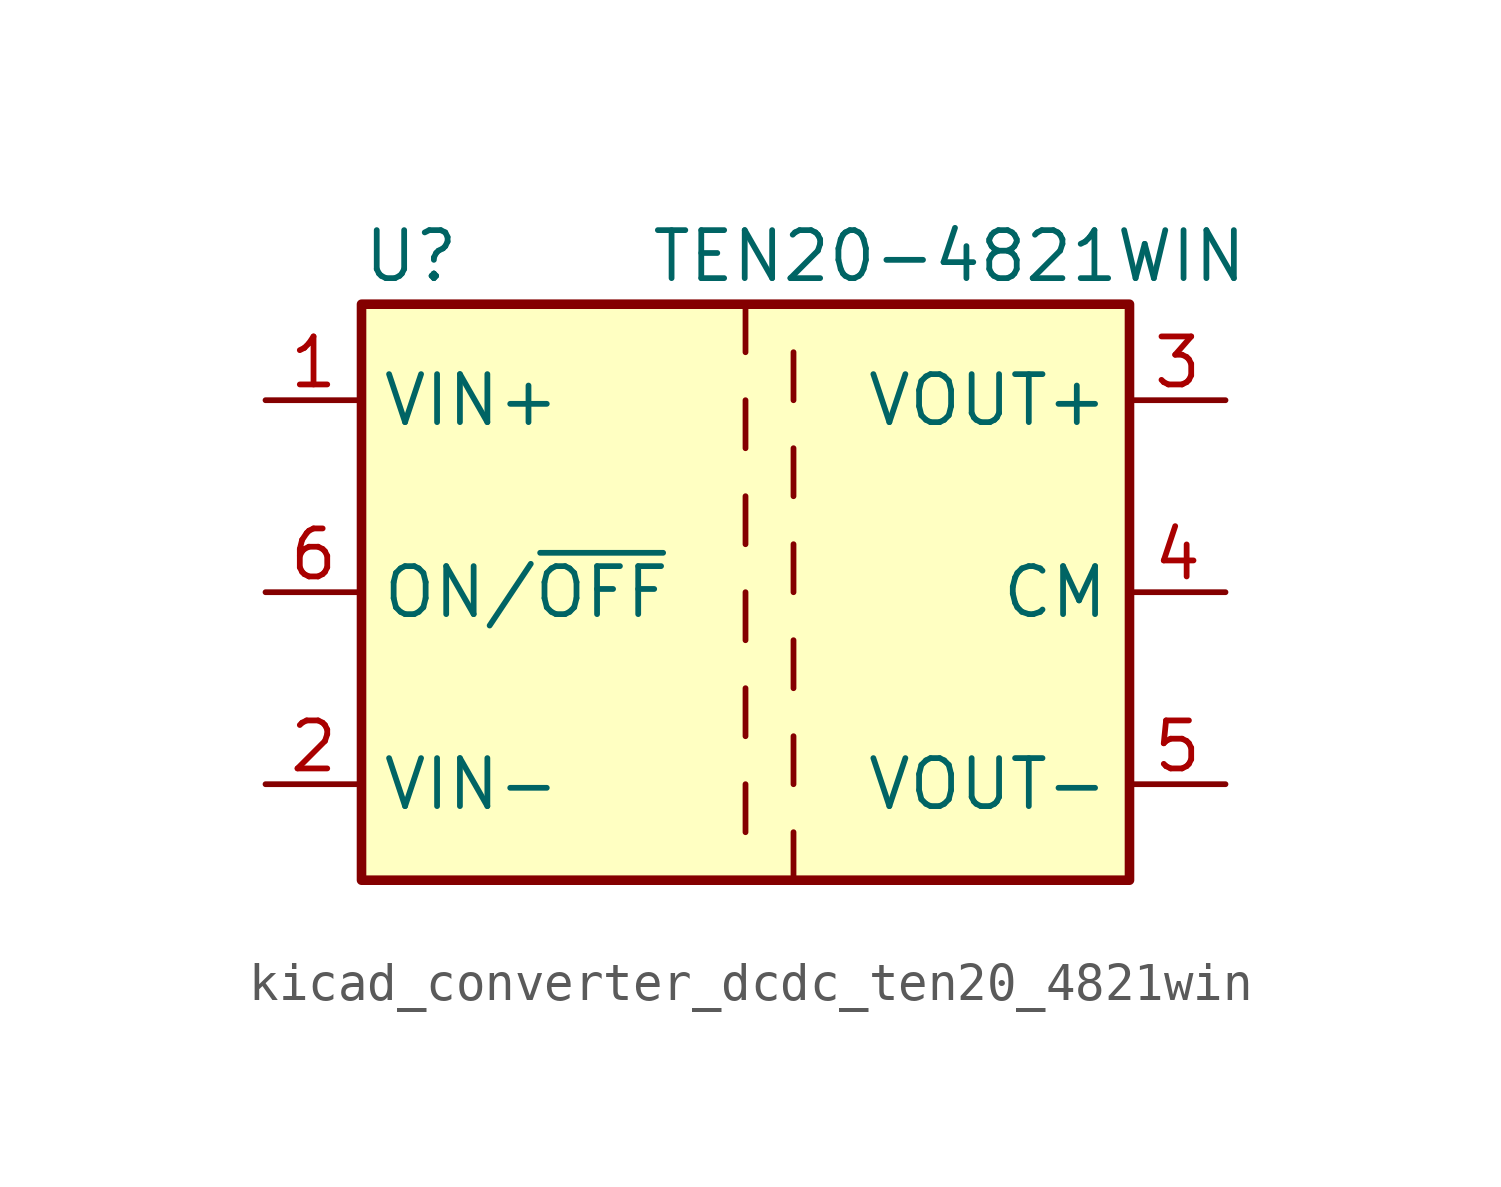
<source format=kicad_sym>
(kicad_symbol_lib
  (version 20220914)
  (generator kicad_symbol_editor)
  (symbol "kicad_converter_dcdc_ten20_4821win"
    (property "Reference" "U"
      (at -10.16 8.89 0)
      (effects (font (size 1.27 1.27)) (justify left)))
    (property "Value" "TEN20-4821WIN"
      (at -2.54 8.89 0)
      (effects (font (size 1.27 1.27)) (justify left)))
    (symbol "kicad_converter_dcdc_ten20_4821win_0_1"
      (rectangle (start -10.16 7.62) (end 10.16 -7.62) (stroke (width 0.254) (type default)) (fill (type background)))
      (polyline (pts (xy 0 -5.08) (xy 0 -6.35)) (stroke (width 0) (type default)) (fill (type none)))
      (polyline (pts (xy 0 -2.54) (xy 0 -3.81)) (stroke (width 0) (type default)) (fill (type none)))
      (polyline (pts (xy 0 0) (xy 0 -1.27)) (stroke (width 0) (type default)) (fill (type none)))
      (polyline (pts (xy 0 2.54) (xy 0 1.27)) (stroke (width 0) (type default)) (fill (type none)))
      (polyline (pts (xy 0 5.08) (xy 0 3.81)) (stroke (width 0) (type default)) (fill (type none)))
      (polyline (pts (xy 0 7.62) (xy 0 6.35)) (stroke (width 0) (type default)) (fill (type none)))
      (polyline (pts (xy 1.27 -7.62) (xy 1.27 -6.35)) (stroke (width 0) (type default)) (fill (type none)))
      (polyline (pts (xy 1.27 -5.08) (xy 1.27 -3.81)) (stroke (width 0) (type default)) (fill (type none)))
      (polyline (pts (xy 1.27 -2.54) (xy 1.27 -1.27)) (stroke (width 0) (type default)) (fill (type none)))
      (polyline (pts (xy 1.27 0) (xy 1.27 1.27)) (stroke (width 0) (type default)) (fill (type none)))
      (polyline (pts (xy 1.27 2.54) (xy 1.27 3.81)) (stroke (width 0) (type default)) (fill (type none)))
      (polyline (pts (xy 1.27 5.08) (xy 1.27 6.35)) (stroke (width 0) (type default)) (fill (type none))))
    (symbol "kicad_converter_dcdc_ten20_4821win_1_1"
      (pin power_in line (at -12.7 5.08 0) (length 2.54) (name "VIN+" (effects (font (size 1.27 1.27)))) (number "1" (effects (font (size 1.27 1.27)))))
      (pin power_in line (at -12.7 -5.08 0) (length 2.54) (name "VIN-" (effects (font (size 1.27 1.27)))) (number "2" (effects (font (size 1.27 1.27)))))
      (pin power_out line (at 12.7 5.08 180) (length 2.54) (name "VOUT+" (effects (font (size 1.27 1.27)))) (number "3" (effects (font (size 1.27 1.27)))))
      (pin power_out line (at 12.7 0 180) (length 2.54) (name "CM" (effects (font (size 1.27 1.27)))) (number "4" (effects (font (size 1.27 1.27)))))
      (pin power_out line (at 12.7 -5.08 180) (length 2.54) (name "VOUT-" (effects (font (size 1.27 1.27)))) (number "5" (effects (font (size 1.27 1.27)))))
      (pin input line (at -12.7 0 0) (length 2.54) (name "ON/~{OFF}" (effects (font (size 1.27 1.27)))) (number "6" (effects (font (size 1.27 1.27))))))))
</source>
